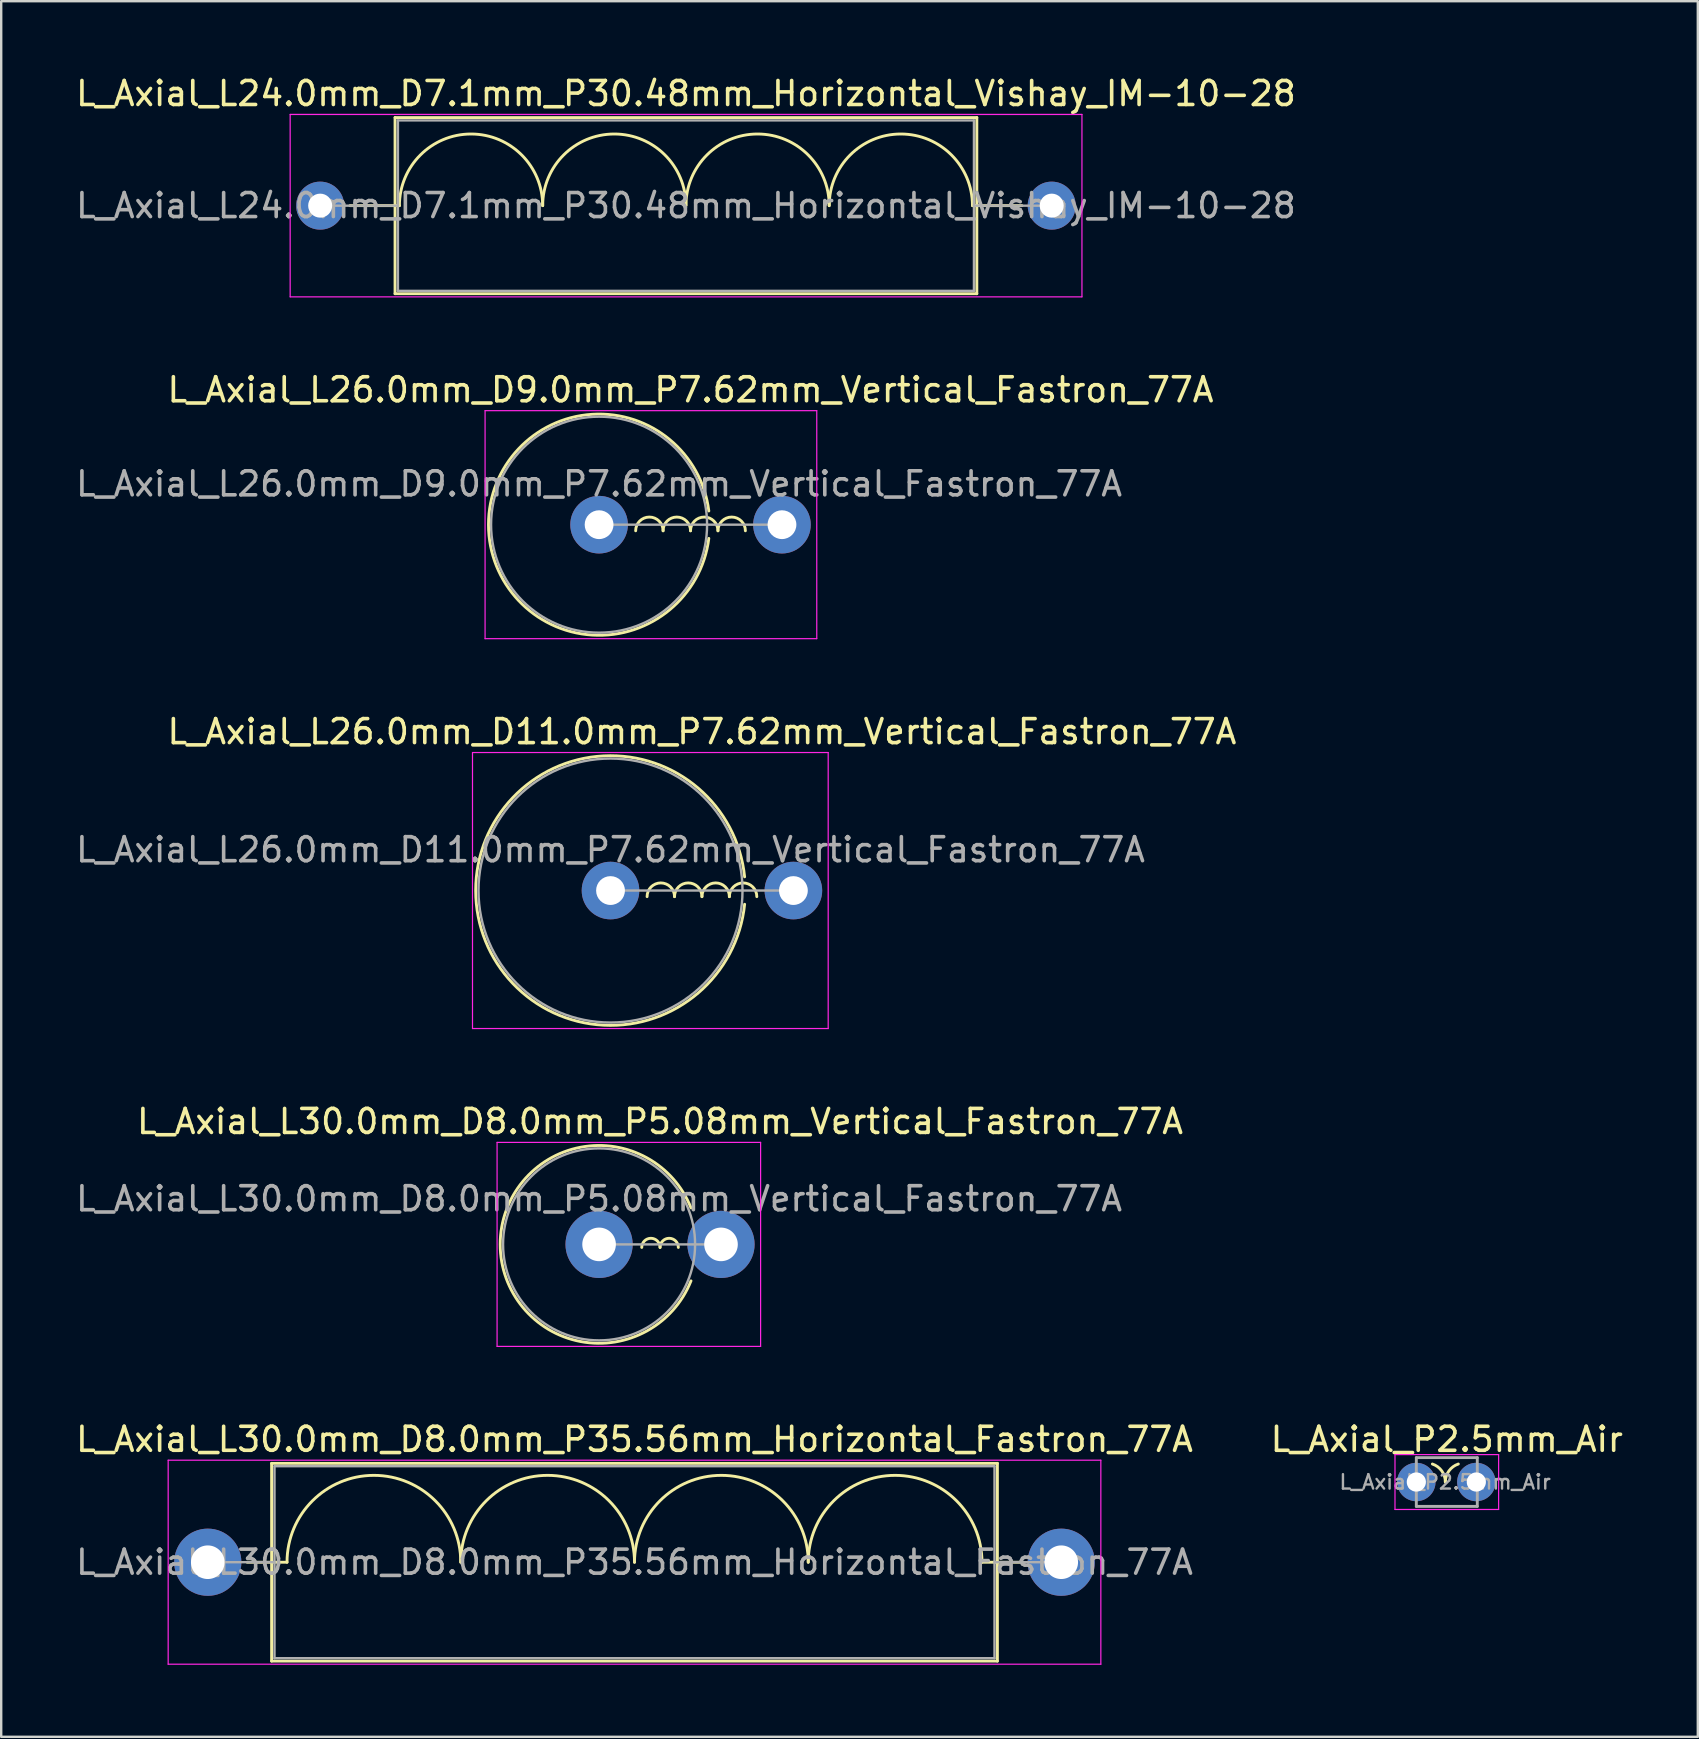
<source format=kicad_pcb>
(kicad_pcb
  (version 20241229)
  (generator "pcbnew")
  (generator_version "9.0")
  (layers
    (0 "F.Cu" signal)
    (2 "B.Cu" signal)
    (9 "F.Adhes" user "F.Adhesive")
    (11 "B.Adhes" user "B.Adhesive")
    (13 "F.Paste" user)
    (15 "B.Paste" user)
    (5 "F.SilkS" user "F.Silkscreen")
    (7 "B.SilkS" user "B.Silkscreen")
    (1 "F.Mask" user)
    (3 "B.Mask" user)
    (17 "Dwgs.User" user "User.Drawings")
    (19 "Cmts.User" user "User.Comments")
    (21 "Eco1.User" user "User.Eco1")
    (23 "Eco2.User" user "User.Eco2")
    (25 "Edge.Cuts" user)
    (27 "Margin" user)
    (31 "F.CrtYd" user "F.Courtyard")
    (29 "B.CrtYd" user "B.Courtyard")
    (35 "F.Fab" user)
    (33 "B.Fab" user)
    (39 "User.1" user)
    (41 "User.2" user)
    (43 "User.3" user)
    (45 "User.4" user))
  (footprint "L_Axial_P2.5mm_Air"
    (layer "F.Cu")
    (at 55.962 58.699)
    (property "Reference" "L_Axial_P2.5mm_Air" (at 1.27 -1.778 0) (layer "F.SilkS") (effects (font (size 1 1) (thickness 0.15))))
    (attr through_hole)
    (fp_arc (start 0.668863 -0.750001) (mid 1.060347 -0.46206) (end 1.209432 0.00048) (stroke (width 0.12) (type solid)) (layer "F.SilkS"))
    (fp_arc (start 1.209432 -0.000001) (mid 1.358658 -0.462254) (end 1.750001 -0.749999) (stroke (width 0.12) (type solid)) (layer "F.SilkS"))
    (fp_line (start -0.889 -1.143) (end -0.889 1.143) (stroke (width 0.05) (type solid)) (layer "F.CrtYd"))
    (fp_line (start -0.889 1.143) (end 3.429 1.143) (stroke (width 0.05) (type solid)) (layer "F.CrtYd"))
    (fp_line (start 3.429 -1.143) (end -0.889 -1.143) (stroke (width 0.05) (type solid)) (layer "F.CrtYd"))
    (fp_line (start 3.429 1.143) (end 3.429 -1.143) (stroke (width 0.05) (type solid)) (layer "F.CrtYd"))
    (fp_line (start 0 -1.016) (end 2.54 -1.016) (stroke (width 0.12) (type solid)) (layer "F.Fab"))
    (fp_line (start 0 0) (end 0 -1.016) (stroke (width 0.12) (type solid)) (layer "F.Fab"))
    (fp_line (start 0 1.016) (end 0 0) (stroke (width 0.12) (type solid)) (layer "F.Fab"))
    (fp_line (start 2.54 -1.016) (end 2.54 1.016) (stroke (width 0.12) (type solid)) (layer "F.Fab"))
    (fp_line (start 2.54 1.016) (end 0 1.016) (stroke (width 0.12) (type solid)) (layer "F.Fab"))
    (fp_text user "${REFERENCE}" (at 1.2 0 0) (layer "F.Fab") (effects (font (size 0.6 0.6) (thickness 0.1))))
    (pad "1" thru_hole circle (at 0 0) (size 1.6 1.6) (drill 0.8) (layers "*.Cu" "*.Mask"))
    (pad "2" thru_hole oval (at 2.5 0) (size 1.6 1.6) (drill 0.8) (layers "*.Cu" "*.Mask")))
  (footprint "L_Axial_L26.0mm_D9.0mm_P7.62mm_Vertical_Fastron_77A"
    (layer "F.Cu")
    (at 21.911 18.811)
    (property "Reference" "L_Axial_L26.0mm_D9.0mm_P7.62mm_Vertical_Fastron_77A" (at 3.81 -5.62 0) (layer "F.SilkS") (effects (font (size 1 1) (thickness 0.15))))
    (attr through_hole)
    (fp_arc (start 1.524 0.254) (mid 2.0955 -0.3175) (end 2.667 0.254) (stroke (width 0.12) (type solid)) (layer "F.SilkS"))
    (fp_arc (start 2.667 0.254) (mid 3.2385 -0.3175) (end 3.81 0.254) (stroke (width 0.12) (type solid)) (layer "F.SilkS"))
    (fp_arc (start 3.81 0.254) (mid 4.3815 -0.3175) (end 4.953 0.254) (stroke (width 0.12) (type solid)) (layer "F.SilkS"))
    (fp_arc (start 4.572 0.5715) (mid -4.60758 0) (end 4.572 -0.5715) (stroke (width 0.12) (type solid)) (layer "F.SilkS"))
    (fp_arc (start 4.953 0.254) (mid 5.5245 -0.3175) (end 6.096 0.254) (stroke (width 0.12) (type solid)) (layer "F.SilkS"))
    (fp_line (start -4.75 -4.75) (end -4.75 4.75) (stroke (width 0.05) (type solid)) (layer "F.CrtYd"))
    (fp_line (start -4.75 4.75) (end 9.07 4.75) (stroke (width 0.05) (type solid)) (layer "F.CrtYd"))
    (fp_line (start 9.07 -4.75) (end -4.75 -4.75) (stroke (width 0.05) (type solid)) (layer "F.CrtYd"))
    (fp_line (start 9.07 4.75) (end 9.07 -4.75) (stroke (width 0.05) (type solid)) (layer "F.CrtYd"))
    (fp_line (start 0 0) (end 7.62 0) (stroke (width 0.1) (type solid)) (layer "F.Fab"))
    (fp_circle (center 0 0) (end 4.5 0) (stroke (width 0.1) (type solid)) (fill no) (layer "F.Fab"))
    (fp_text user "${REFERENCE}" (at 0 -1.7 0) (layer "F.Fab") (effects (font (size 1 1) (thickness 0.15))))
    (pad "1" thru_hole circle (at 0 0) (size 2.4 2.4) (drill 1.2) (layers "*.Cu" "*.Mask"))
    (pad "2" thru_hole oval (at 7.62 0) (size 2.4 2.4) (drill 1.2) (layers "*.Cu" "*.Mask")))
  (footprint "L_Axial_L30.0mm_D8.0mm_P35.56mm_Horizontal_Fastron_77A"
    (layer "F.Cu")
    (at 5.607 62.041)
    (property "Reference" "L_Axial_L30.0mm_D8.0mm_P35.56mm_Horizontal_Fastron_77A" (at 17.78 -5.12 0) (layer "F.SilkS") (effects (font (size 1 1) (thickness 0.15))))
    (attr through_hole)
    (fp_line (start 1.64 0) (end 2.66 0) (stroke (width 0.12) (type solid)) (layer "F.SilkS"))
    (fp_line (start 2.66 -4.12) (end 2.66 4.12) (stroke (width 0.12) (type solid)) (layer "F.SilkS"))
    (fp_line (start 2.66 4.12) (end 32.9 4.12) (stroke (width 0.12) (type solid)) (layer "F.SilkS"))
    (fp_line (start 3.302 0) (end 2.685 0) (stroke (width 0.12) (type solid)) (layer "F.SilkS"))
    (fp_line (start 32.258 0) (end 32.893 0) (stroke (width 0.12) (type solid)) (layer "F.SilkS"))
    (fp_line (start 32.9 -4.12) (end 2.66 -4.12) (stroke (width 0.12) (type solid)) (layer "F.SilkS"))
    (fp_line (start 32.9 4.12) (end 32.9 -4.12) (stroke (width 0.12) (type solid)) (layer "F.SilkS"))
    (fp_line (start 33.92 0) (end 32.9 0) (stroke (width 0.12) (type solid)) (layer "F.SilkS"))
    (fp_arc (start 3.302 0) (mid 6.9215 -3.6195) (end 10.541 0) (stroke (width 0.12) (type solid)) (layer "F.SilkS"))
    (fp_arc (start 10.541 0) (mid 14.1605 -3.6195) (end 17.78 0) (stroke (width 0.12) (type solid)) (layer "F.SilkS"))
    (fp_arc (start 17.78 0) (mid 21.3995 -3.6195) (end 25.019 0) (stroke (width 0.12) (type solid)) (layer "F.SilkS"))
    (fp_arc (start 25.019 0) (mid 28.6385 -3.6195) (end 32.258 0) (stroke (width 0.12) (type solid)) (layer "F.SilkS"))
    (fp_line (start -1.65 -4.25) (end -1.65 4.25) (stroke (width 0.05) (type solid)) (layer "F.CrtYd"))
    (fp_line (start -1.65 4.25) (end 37.21 4.25) (stroke (width 0.05) (type solid)) (layer "F.CrtYd"))
    (fp_line (start 37.21 -4.25) (end -1.65 -4.25) (stroke (width 0.05) (type solid)) (layer "F.CrtYd"))
    (fp_line (start 37.21 4.25) (end 37.21 -4.25) (stroke (width 0.05) (type solid)) (layer "F.CrtYd"))
    (fp_line (start 0 0) (end 2.78 0) (stroke (width 0.1) (type solid)) (layer "F.Fab"))
    (fp_line (start 2.78 -4) (end 2.78 4) (stroke (width 0.1) (type solid)) (layer "F.Fab"))
    (fp_line (start 2.78 4) (end 32.78 4) (stroke (width 0.1) (type solid)) (layer "F.Fab"))
    (fp_line (start 32.78 -4) (end 2.78 -4) (stroke (width 0.1) (type solid)) (layer "F.Fab"))
    (fp_line (start 32.78 4) (end 32.78 -4) (stroke (width 0.1) (type solid)) (layer "F.Fab"))
    (fp_line (start 35.56 0) (end 32.78 0) (stroke (width 0.1) (type solid)) (layer "F.Fab"))
    (fp_text user "${REFERENCE}" (at 17.78 0 0) (layer "F.Fab") (effects (font (size 1 1) (thickness 0.15))))
    (pad "1" thru_hole circle (at 0 0) (size 2.8 2.8) (drill 1.4) (layers "*.Cu" "*.Mask"))
    (pad "2" thru_hole oval (at 35.56 0) (size 2.8 2.8) (drill 1.4) (layers "*.Cu" "*.Mask")))
  (footprint "L_Axial_L24.0mm_D7.1mm_P30.48mm_Horizontal_Vishay_IM-10-28"
    (layer "F.Cu")
    (at 10.29 5.518)
    (property "Reference" "L_Axial_L24.0mm_D7.1mm_P30.48mm_Horizontal_Vishay_IM-10-28" (at 15.24 -4.67 0) (layer "F.SilkS") (effects (font (size 1 1) (thickness 0.15))))
    (attr through_hole)
    (fp_line (start 1.24 0) (end 3.12 0) (stroke (width 0.12) (type solid)) (layer "F.SilkS"))
    (fp_line (start 3.12 -3.67) (end 3.12 3.67) (stroke (width 0.12) (type solid)) (layer "F.SilkS"))
    (fp_line (start 3.12 3.67) (end 27.36 3.67) (stroke (width 0.12) (type solid)) (layer "F.SilkS"))
    (fp_line (start 3.302 0) (end 3.12 0) (stroke (width 0.12) (type solid)) (layer "F.SilkS"))
    (fp_line (start 27.178 0) (end 27.36 0) (stroke (width 0.12) (type solid)) (layer "F.SilkS"))
    (fp_line (start 27.36 -3.67) (end 3.12 -3.67) (stroke (width 0.12) (type solid)) (layer "F.SilkS"))
    (fp_line (start 27.36 3.67) (end 27.36 -3.67) (stroke (width 0.12) (type solid)) (layer "F.SilkS"))
    (fp_line (start 29.24 0) (end 27.36 0) (stroke (width 0.12) (type solid)) (layer "F.SilkS"))
    (fp_arc (start 3.302 0) (mid 6.2865 -2.9845) (end 9.271 0) (stroke (width 0.12) (type solid)) (layer "F.SilkS"))
    (fp_arc (start 9.271 0) (mid 12.2555 -2.9845) (end 15.24 0) (stroke (width 0.12) (type solid)) (layer "F.SilkS"))
    (fp_arc (start 15.24 0) (mid 18.2245 -2.9845) (end 21.209 0) (stroke (width 0.12) (type solid)) (layer "F.SilkS"))
    (fp_arc (start 21.209 0) (mid 24.1935 -2.9845) (end 27.178 0) (stroke (width 0.12) (type solid)) (layer "F.SilkS"))
    (fp_line (start -1.25 -3.8) (end -1.25 3.8) (stroke (width 0.05) (type solid)) (layer "F.CrtYd"))
    (fp_line (start -1.25 3.8) (end 31.74 3.8) (stroke (width 0.05) (type solid)) (layer "F.CrtYd"))
    (fp_line (start 31.74 -3.8) (end -1.25 -3.8) (stroke (width 0.05) (type solid)) (layer "F.CrtYd"))
    (fp_line (start 31.74 3.8) (end 31.74 -3.8) (stroke (width 0.05) (type solid)) (layer "F.CrtYd"))
    (fp_line (start 0 0) (end 3.24 0) (stroke (width 0.1) (type solid)) (layer "F.Fab"))
    (fp_line (start 3.24 -3.55) (end 3.24 3.55) (stroke (width 0.1) (type solid)) (layer "F.Fab"))
    (fp_line (start 3.24 3.55) (end 27.24 3.55) (stroke (width 0.1) (type solid)) (layer "F.Fab"))
    (fp_line (start 27.24 -3.55) (end 3.24 -3.55) (stroke (width 0.1) (type solid)) (layer "F.Fab"))
    (fp_line (start 27.24 3.55) (end 27.24 -3.55) (stroke (width 0.1) (type solid)) (layer "F.Fab"))
    (fp_line (start 30.48 0) (end 27.24 0) (stroke (width 0.1) (type solid)) (layer "F.Fab"))
    (fp_text user "${REFERENCE}" (at 15.24 0 0) (layer "F.Fab") (effects (font (size 1 1) (thickness 0.15))))
    (pad "1" thru_hole circle (at 0 0) (size 2 2) (drill 1) (layers "*.Cu" "*.Mask"))
    (pad "2" thru_hole oval (at 30.48 0) (size 2 2) (drill 1) (layers "*.Cu" "*.Mask")))
  (footprint "L_Axial_L26.0mm_D11.0mm_P7.62mm_Vertical_Fastron_77A"
    (layer "F.Cu")
    (at 22.387 34.055)
    (property "Reference" "L_Axial_L26.0mm_D11.0mm_P7.62mm_Vertical_Fastron_77A" (at 3.81 -6.62 0) (layer "F.SilkS") (effects (font (size 1 1) (thickness 0.15))))
    (attr through_hole)
    (fp_arc (start 1.524 0.254) (mid 2.0955 -0.3175) (end 2.667 0.254) (stroke (width 0.12) (type solid)) (layer "F.SilkS"))
    (fp_arc (start 2.667 0.254) (mid 3.2385 -0.3175) (end 3.81 0.254) (stroke (width 0.12) (type solid)) (layer "F.SilkS"))
    (fp_arc (start 3.81 0.254) (mid 4.3815 -0.3175) (end 4.953 0.254) (stroke (width 0.12) (type solid)) (layer "F.SilkS"))
    (fp_arc (start 4.953 0.254) (mid 5.5245 -0.3175) (end 6.096 0.254) (stroke (width 0.12) (type solid)) (layer "F.SilkS"))
    (fp_arc (start 5.588 0.5715) (mid -5.617148 0) (end 5.588 -0.5715) (stroke (width 0.12) (type solid)) (layer "F.SilkS"))
    (fp_line (start -5.75 -5.75) (end -5.75 5.75) (stroke (width 0.05) (type solid)) (layer "F.CrtYd"))
    (fp_line (start -5.75 5.75) (end 9.07 5.75) (stroke (width 0.05) (type solid)) (layer "F.CrtYd"))
    (fp_line (start 9.07 -5.75) (end -5.75 -5.75) (stroke (width 0.05) (type solid)) (layer "F.CrtYd"))
    (fp_line (start 9.07 5.75) (end 9.07 -5.75) (stroke (width 0.05) (type solid)) (layer "F.CrtYd"))
    (fp_line (start 0 0) (end 7.62 0) (stroke (width 0.1) (type solid)) (layer "F.Fab"))
    (fp_circle (center 0 0) (end 5.5 0) (stroke (width 0.1) (type solid)) (fill no) (layer "F.Fab"))
    (fp_text user "${REFERENCE}" (at 0 -1.7 0) (layer "F.Fab") (effects (font (size 1 1) (thickness 0.15))))
    (pad "1" thru_hole circle (at 0 0) (size 2.4 2.4) (drill 1.2) (layers "*.Cu" "*.Mask"))
    (pad "2" thru_hole oval (at 7.62 0) (size 2.4 2.4) (drill 1.2) (layers "*.Cu" "*.Mask")))
  (footprint "L_Axial_L30.0mm_D8.0mm_P5.08mm_Vertical_Fastron_77A"
    (layer "F.Cu")
    (at 21.911 48.798)
    (property "Reference" "L_Axial_L30.0mm_D8.0mm_P5.08mm_Vertical_Fastron_77A" (at 2.54 -5.12 0) (layer "F.SilkS") (effects (font (size 1 1) (thickness 0.15))))
    (attr through_hole)
    (fp_arc (start 1.778 0.127) (mid 2.159 -0.254) (end 2.54 0.127) (stroke (width 0.12) (type solid)) (layer "F.SilkS"))
    (fp_arc (start 2.54 0.127) (mid 2.921 -0.254) (end 3.302 0.127) (stroke (width 0.12) (type solid)) (layer "F.SilkS"))
    (fp_arc (start 3.82936 1.52) (mid -4.12 0) (end 3.82936 -1.52) (stroke (width 0.12) (type solid)) (layer "F.SilkS"))
    (fp_line (start -4.25 -4.25) (end -4.25 4.25) (stroke (width 0.05) (type solid)) (layer "F.CrtYd"))
    (fp_line (start -4.25 4.25) (end 6.73 4.25) (stroke (width 0.05) (type solid)) (layer "F.CrtYd"))
    (fp_line (start 6.73 -4.25) (end -4.25 -4.25) (stroke (width 0.05) (type solid)) (layer "F.CrtYd"))
    (fp_line (start 6.73 4.25) (end 6.73 -4.25) (stroke (width 0.05) (type solid)) (layer "F.CrtYd"))
    (fp_line (start 0 0) (end 5.08 0) (stroke (width 0.1) (type solid)) (layer "F.Fab"))
    (fp_circle (center 0 0) (end 4 0) (stroke (width 0.1) (type solid)) (fill no) (layer "F.Fab"))
    (fp_text user "${REFERENCE}" (at 0 -1.9 0) (layer "F.Fab") (effects (font (size 1 1) (thickness 0.15))))
    (pad "1" thru_hole circle (at 0 0) (size 2.8 2.8) (drill 1.4) (layers "*.Cu" "*.Mask"))
    (pad "2" thru_hole oval (at 5.08 0) (size 2.8 2.8) (drill 1.4) (layers "*.Cu" "*.Mask")))
  (gr_rect
    (start -3 -3)
    (end 67.69 69.316)
    (stroke (width 0.1) (type default))
    (fill no)
    (layer "Edge.Cuts")))
</source>
